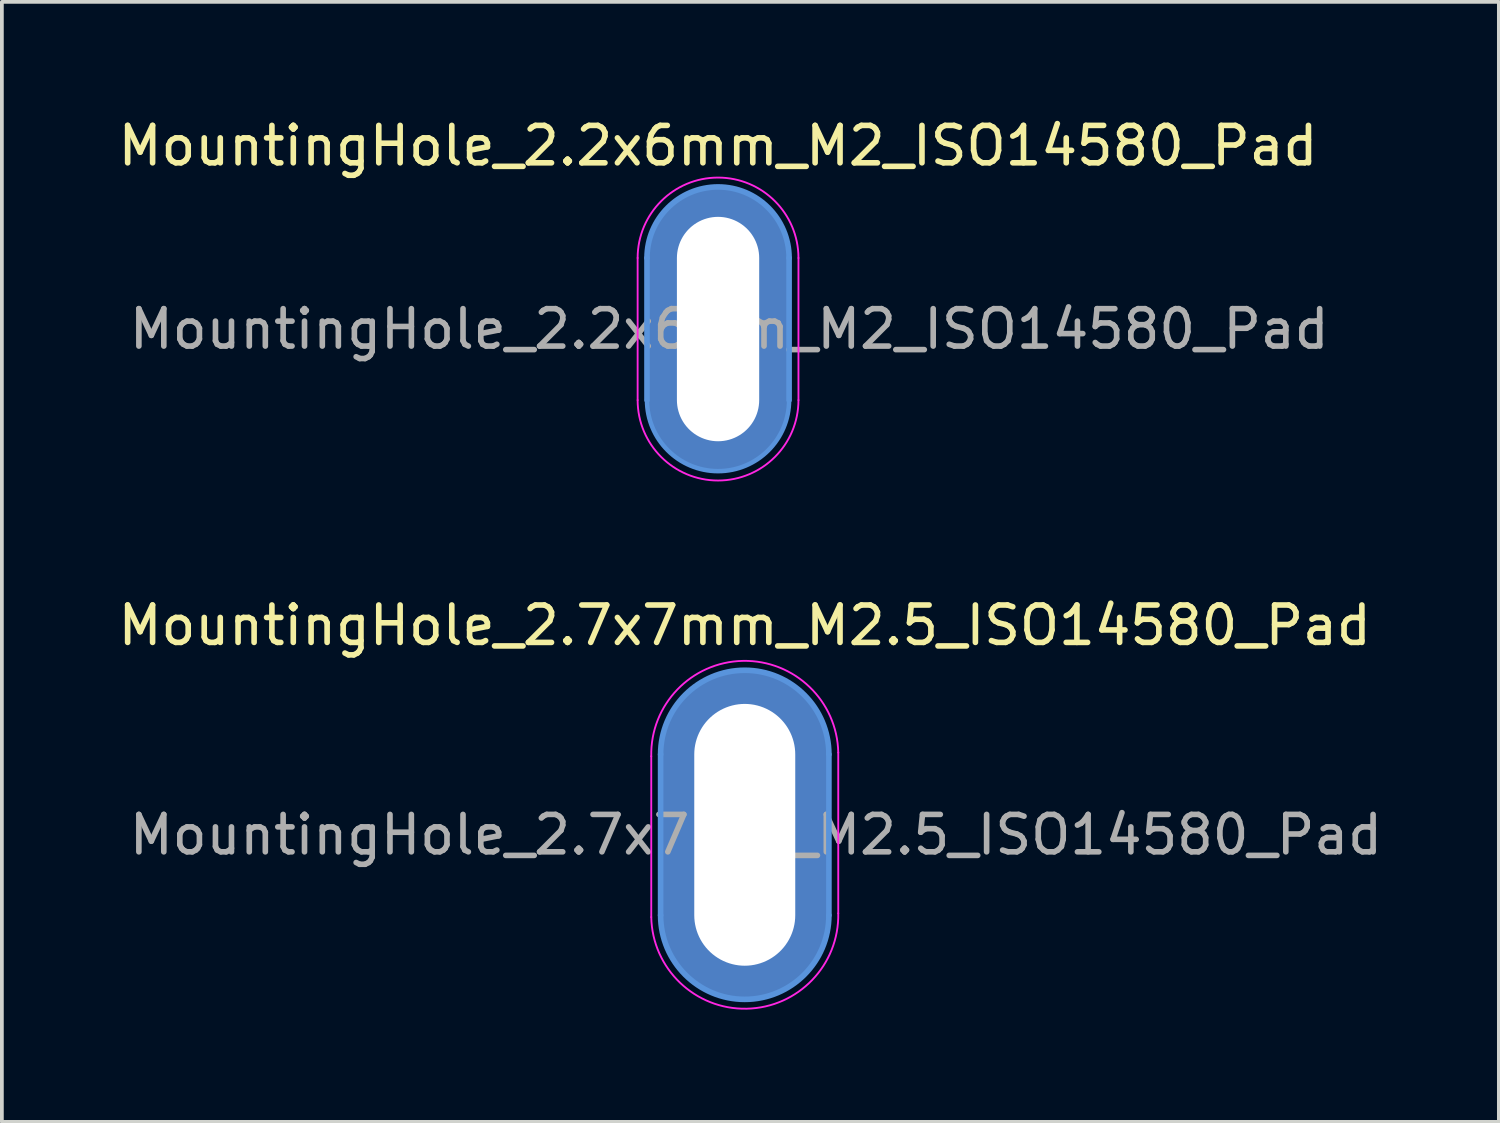
<source format=kicad_pcb>
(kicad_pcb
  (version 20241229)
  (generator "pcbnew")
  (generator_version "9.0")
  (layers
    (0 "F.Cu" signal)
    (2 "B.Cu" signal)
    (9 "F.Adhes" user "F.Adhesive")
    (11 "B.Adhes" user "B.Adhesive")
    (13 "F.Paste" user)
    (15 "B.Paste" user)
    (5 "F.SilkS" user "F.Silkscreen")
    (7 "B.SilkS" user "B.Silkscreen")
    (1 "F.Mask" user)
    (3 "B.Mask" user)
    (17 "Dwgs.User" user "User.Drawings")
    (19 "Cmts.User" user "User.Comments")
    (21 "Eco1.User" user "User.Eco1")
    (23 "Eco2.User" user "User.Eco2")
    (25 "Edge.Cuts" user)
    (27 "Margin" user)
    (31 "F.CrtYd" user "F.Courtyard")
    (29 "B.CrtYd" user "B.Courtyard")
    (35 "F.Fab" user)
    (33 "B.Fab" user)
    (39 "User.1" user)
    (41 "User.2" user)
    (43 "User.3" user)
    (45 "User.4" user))
  (footprint "MountingHole_2.2x6mm_M2_ISO14580_Pad"
    (layer "F.Cu")
    (at 16.149 5.748)
    (property "Reference" "MountingHole_2.2x6mm_M2_ISO14580_Pad" (at 0 -4.9 0) (layer "F.SilkS") (effects (font (size 1 1) (thickness 0.15))))
    (attr exclude_from_pos_files exclude_from_bom)
    (fp_line (start -1.9 1.9) (end -1.9 -1.9) (stroke (width 0.15) (type solid)) (layer "Cmts.User"))
    (fp_line (start 1.9 -1.9) (end 1.9 1.9) (stroke (width 0.15) (type solid)) (layer "Cmts.User"))
    (fp_arc (start -1.9 -1.9) (mid 0 -3.8) (end 1.9 -1.9) (stroke (width 0.15) (type solid)) (layer "Cmts.User"))
    (fp_arc (start 1.9 1.9) (mid 0 3.8) (end -1.9 1.9) (stroke (width 0.12) (type solid)) (layer "Cmts.User"))
    (fp_line (start -2.15 1.9) (end -2.15 -1.9) (stroke (width 0.05) (type solid)) (layer "F.CrtYd"))
    (fp_line (start 2.15 -1.9) (end 2.15 1.9) (stroke (width 0.05) (type solid)) (layer "F.CrtYd"))
    (fp_arc (start -2.15 -1.9) (mid 0 -4.05) (end 2.15 -1.9) (stroke (width 0.05) (type solid)) (layer "F.CrtYd"))
    (fp_arc (start 2.15 1.9) (mid 0 4.05) (end -2.15 1.9) (stroke (width 0.05) (type solid)) (layer "F.CrtYd"))
    (fp_text user "${REFERENCE}" (at 0.3 0 0) (layer "F.Fab") (effects (font (size 1 1) (thickness 0.15))))
    (pad "1" thru_hole oval (at 0 0) (size 3.8 7.6) (drill oval 2.2 6) (layers "*.Cu" "*.Mask")))
  (footprint "MountingHole_2.7x7mm_M2.5_ISO14580_Pad"
    (layer "F.Cu")
    (at 16.863 19.271)
    (property "Reference" "MountingHole_2.7x7mm_M2.5_ISO14580_Pad" (at 0 -5.6 0) (layer "F.SilkS") (effects (font (size 1 1) (thickness 0.15))))
    (attr exclude_from_pos_files exclude_from_bom)
    (fp_line (start -2.25 -2.15) (end -2.25 2.15) (stroke (width 0.15) (type solid)) (layer "Cmts.User"))
    (fp_line (start 2.25 -2.15) (end 2.25 2.15) (stroke (width 0.15) (type solid)) (layer "Cmts.User"))
    (fp_arc (start -2.25 -2.15) (mid 0 -4.4) (end 2.25 -2.15) (stroke (width 0.15) (type solid)) (layer "Cmts.User"))
    (fp_arc (start 2.25 2.15) (mid 0 4.4) (end -2.25 2.15) (stroke (width 0.15) (type solid)) (layer "Cmts.User"))
    (fp_line (start -2.5 -2.1) (end -2.5 2.2) (stroke (width 0.05) (type solid)) (layer "F.CrtYd"))
    (fp_line (start 2.5 -2.2) (end 2.5 2.1) (stroke (width 0.05) (type solid)) (layer "F.CrtYd"))
    (fp_arc (start -2.5 -2.1) (mid -0.05 -4.65) (end 2.5 -2.2) (stroke (width 0.05) (type solid)) (layer "F.CrtYd"))
    (fp_arc (start 2.5 2.1) (mid 0.05 4.65) (end -2.5 2.2) (stroke (width 0.05) (type solid)) (layer "F.CrtYd"))
    (fp_text user "${REFERENCE}" (at 0.3 0 0) (layer "F.Fab") (effects (font (size 1 1) (thickness 0.15))))
    (pad "1" thru_hole oval (at 0 0) (size 4.5 8.8) (drill oval 2.7 7) (layers "*.Cu" "*.Mask")))
  (gr_rect
    (start -3 -3)
    (end 37.026 26.947)
    (stroke (width 0.1) (type default))
    (fill no)
    (layer "Edge.Cuts")))
</source>
